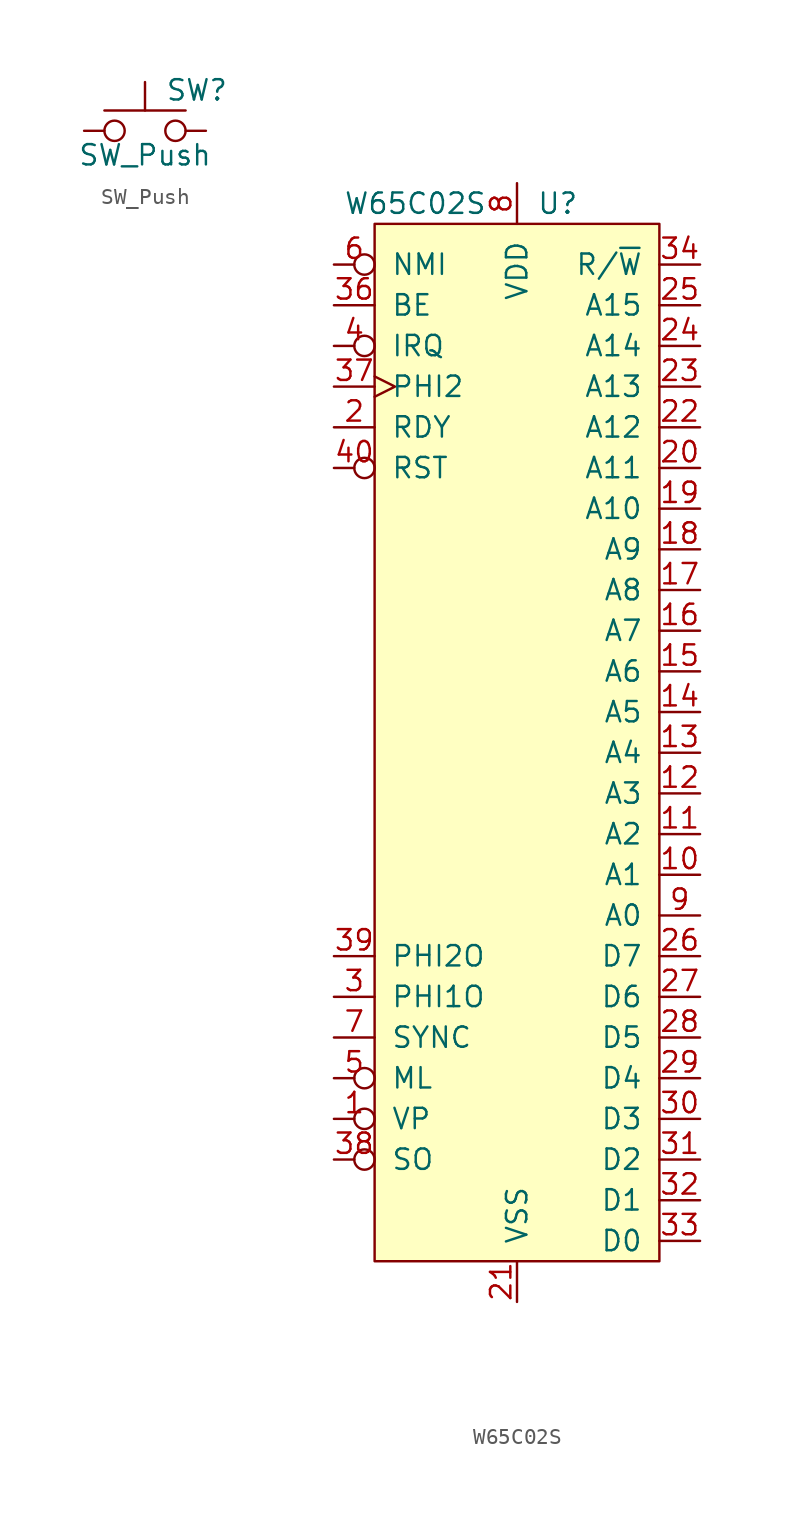
<source format=kicad_sym>
(kicad_symbol_lib
  (version 20211014)
  (generator kicad_symbol_editor)
  (symbol "SW_Push"
    (pin_numbers hide)
    (pin_names
      (offset 1.016) hide)
    (property "Reference" "SW"
      (at 1.27 2.54 0)
      (effects (font (size 1.27 1.27)) (justify left)))
    (property "Value" "SW_Push"
      (at 0 -1.524 0)
      (effects (font (size 1.27 1.27))))
    (symbol "SW_Push_0_1"
      (polyline (pts (xy 0 1.27) (xy 0 3.048)) (stroke (width 0) (type default) (color 0 0 0 0)) (fill (type none)))
      (polyline (pts (xy 2.54 1.27) (xy -2.54 1.27)) (stroke (width 0) (type default) (color 0 0 0 0)) (fill (type none)))
      (pin passive inverted (at -3.81 0 0) (length 2.54) (name "1" (effects (font (size 1.27 1.27)))) (number "1" (effects (font (size 1.27 1.27)))))
      (pin passive inverted (at 3.81 0 180) (length 2.54) (name "2" (effects (font (size 1.27 1.27)))) (number "2" (effects (font (size 1.27 1.27)))))))
  (symbol "W65C02S"
    (pin_names
      (offset 1.016))
    (property "Reference" "U"
      (at 2.54 33.02 0)
      (effects (font (size 1.27 1.27))))
    (property "Value" "W65C02S"
      (at -6.35 33.02 0)
      (effects (font (size 1.27 1.27))))
    (symbol "W65C02S_0_1"
      (rectangle (start -8.89 31.75) (end 8.89 -33.02) (stroke (width 0) (type default) (color 0 0 0 0)) (fill (type background))))
    (symbol "W65C02S_1_1"
      (pin output inverted (at -11.43 -24.13 0) (length 2.54) (name "VP" (effects (font (size 1.27 1.27)))) (number "1" (effects (font (size 1.27 1.27)))))
      (pin tri_state line (at 11.43 -8.89 180) (length 2.54) (name "A1" (effects (font (size 1.27 1.27)))) (number "10" (effects (font (size 1.27 1.27)))))
      (pin tri_state line (at 11.43 -6.35 180) (length 2.54) (name "A2" (effects (font (size 1.27 1.27)))) (number "11" (effects (font (size 1.27 1.27)))))
      (pin tri_state line (at 11.43 -3.81 180) (length 2.54) (name "A3" (effects (font (size 1.27 1.27)))) (number "12" (effects (font (size 1.27 1.27)))))
      (pin tri_state line (at 11.43 -1.27 180) (length 2.54) (name "A4" (effects (font (size 1.27 1.27)))) (number "13" (effects (font (size 1.27 1.27)))))
      (pin tri_state line (at 11.43 1.27 180) (length 2.54) (name "A5" (effects (font (size 1.27 1.27)))) (number "14" (effects (font (size 1.27 1.27)))))
      (pin tri_state line (at 11.43 3.81 180) (length 2.54) (name "A6" (effects (font (size 1.27 1.27)))) (number "15" (effects (font (size 1.27 1.27)))))
      (pin tri_state line (at 11.43 6.35 180) (length 2.54) (name "A7" (effects (font (size 1.27 1.27)))) (number "16" (effects (font (size 1.27 1.27)))))
      (pin tri_state line (at 11.43 8.89 180) (length 2.54) (name "A8" (effects (font (size 1.27 1.27)))) (number "17" (effects (font (size 1.27 1.27)))))
      (pin tri_state line (at 11.43 11.43 180) (length 2.54) (name "A9" (effects (font (size 1.27 1.27)))) (number "18" (effects (font (size 1.27 1.27)))))
      (pin tri_state line (at 11.43 13.97 180) (length 2.54) (name "A10" (effects (font (size 1.27 1.27)))) (number "19" (effects (font (size 1.27 1.27)))))
      (pin input line (at -11.43 19.05 0) (length 2.54) (name "RDY" (effects (font (size 1.27 1.27)))) (number "2" (effects (font (size 1.27 1.27)))))
      (pin tri_state line (at 11.43 16.51 180) (length 2.54) (name "A11" (effects (font (size 1.27 1.27)))) (number "20" (effects (font (size 1.27 1.27)))))
      (pin power_in line (at 0 -35.56 90) (length 2.54) (name "VSS" (effects (font (size 1.27 1.27)))) (number "21" (effects (font (size 1.27 1.27)))))
      (pin tri_state line (at 11.43 19.05 180) (length 2.54) (name "A12" (effects (font (size 1.27 1.27)))) (number "22" (effects (font (size 1.27 1.27)))))
      (pin tri_state line (at 11.43 21.59 180) (length 2.54) (name "A13" (effects (font (size 1.27 1.27)))) (number "23" (effects (font (size 1.27 1.27)))))
      (pin tri_state line (at 11.43 24.13 180) (length 2.54) (name "A14" (effects (font (size 1.27 1.27)))) (number "24" (effects (font (size 1.27 1.27)))))
      (pin tri_state line (at 11.43 26.67 180) (length 2.54) (name "A15" (effects (font (size 1.27 1.27)))) (number "25" (effects (font (size 1.27 1.27)))))
      (pin tri_state line (at 11.43 -13.97 180) (length 2.54) (name "D7" (effects (font (size 1.27 1.27)))) (number "26" (effects (font (size 1.27 1.27)))))
      (pin tri_state line (at 11.43 -16.51 180) (length 2.54) (name "D6" (effects (font (size 1.27 1.27)))) (number "27" (effects (font (size 1.27 1.27)))))
      (pin tri_state line (at 11.43 -19.05 180) (length 2.54) (name "D5" (effects (font (size 1.27 1.27)))) (number "28" (effects (font (size 1.27 1.27)))))
      (pin tri_state line (at 11.43 -21.59 180) (length 2.54) (name "D4" (effects (font (size 1.27 1.27)))) (number "29" (effects (font (size 1.27 1.27)))))
      (pin output line (at -11.43 -16.51 0) (length 2.54) (name "PHI1O" (effects (font (size 1.27 1.27)))) (number "3" (effects (font (size 1.27 1.27)))))
      (pin tri_state line (at 11.43 -24.13 180) (length 2.54) (name "D3" (effects (font (size 1.27 1.27)))) (number "30" (effects (font (size 1.27 1.27)))))
      (pin tri_state line (at 11.43 -26.67 180) (length 2.54) (name "D2" (effects (font (size 1.27 1.27)))) (number "31" (effects (font (size 1.27 1.27)))))
      (pin tri_state line (at 11.43 -29.21 180) (length 2.54) (name "D1" (effects (font (size 1.27 1.27)))) (number "32" (effects (font (size 1.27 1.27)))))
      (pin tri_state line (at 11.43 -31.75 180) (length 2.54) (name "D0" (effects (font (size 1.27 1.27)))) (number "33" (effects (font (size 1.27 1.27)))))
      (pin output line (at 11.43 29.21 180) (length 2.54) (name "R/~{W}" (effects (font (size 1.27 1.27)))) (number "34" (effects (font (size 1.27 1.27)))))
      (pin input line (at -11.43 26.67 0) (length 2.54) (name "BE" (effects (font (size 1.27 1.27)))) (number "36" (effects (font (size 1.27 1.27)))))
      (pin input clock (at -11.43 21.59 0) (length 2.54) (name "PHI2" (effects (font (size 1.27 1.27)))) (number "37" (effects (font (size 1.27 1.27)))))
      (pin input inverted (at -11.43 -26.67 0) (length 2.54) (name "SO" (effects (font (size 1.27 1.27)))) (number "38" (effects (font (size 1.27 1.27)))))
      (pin output line (at -11.43 -13.97 0) (length 2.54) (name "PHI2O" (effects (font (size 1.27 1.27)))) (number "39" (effects (font (size 1.27 1.27)))))
      (pin input inverted (at -11.43 24.13 0) (length 2.54) (name "IRQ" (effects (font (size 1.27 1.27)))) (number "4" (effects (font (size 1.27 1.27)))))
      (pin input inverted (at -11.43 16.51 0) (length 2.54) (name "RST" (effects (font (size 1.27 1.27)))) (number "40" (effects (font (size 1.27 1.27)))))
      (pin output inverted (at -11.43 -21.59 0) (length 2.54) (name "ML" (effects (font (size 1.27 1.27)))) (number "5" (effects (font (size 1.27 1.27)))))
      (pin input inverted (at -11.43 29.21 0) (length 2.54) (name "NMI" (effects (font (size 1.27 1.27)))) (number "6" (effects (font (size 1.27 1.27)))))
      (pin output line (at -11.43 -19.05 0) (length 2.54) (name "SYNC" (effects (font (size 1.27 1.27)))) (number "7" (effects (font (size 1.27 1.27)))))
      (pin power_in line (at 0 34.29 270) (length 2.54) (name "VDD" (effects (font (size 1.27 1.27)))) (number "8" (effects (font (size 1.27 1.27)))))
      (pin tri_state line (at 11.43 -11.43 180) (length 2.54) (name "A0" (effects (font (size 1.27 1.27)))) (number "9" (effects (font (size 1.27 1.27))))))))
</source>
